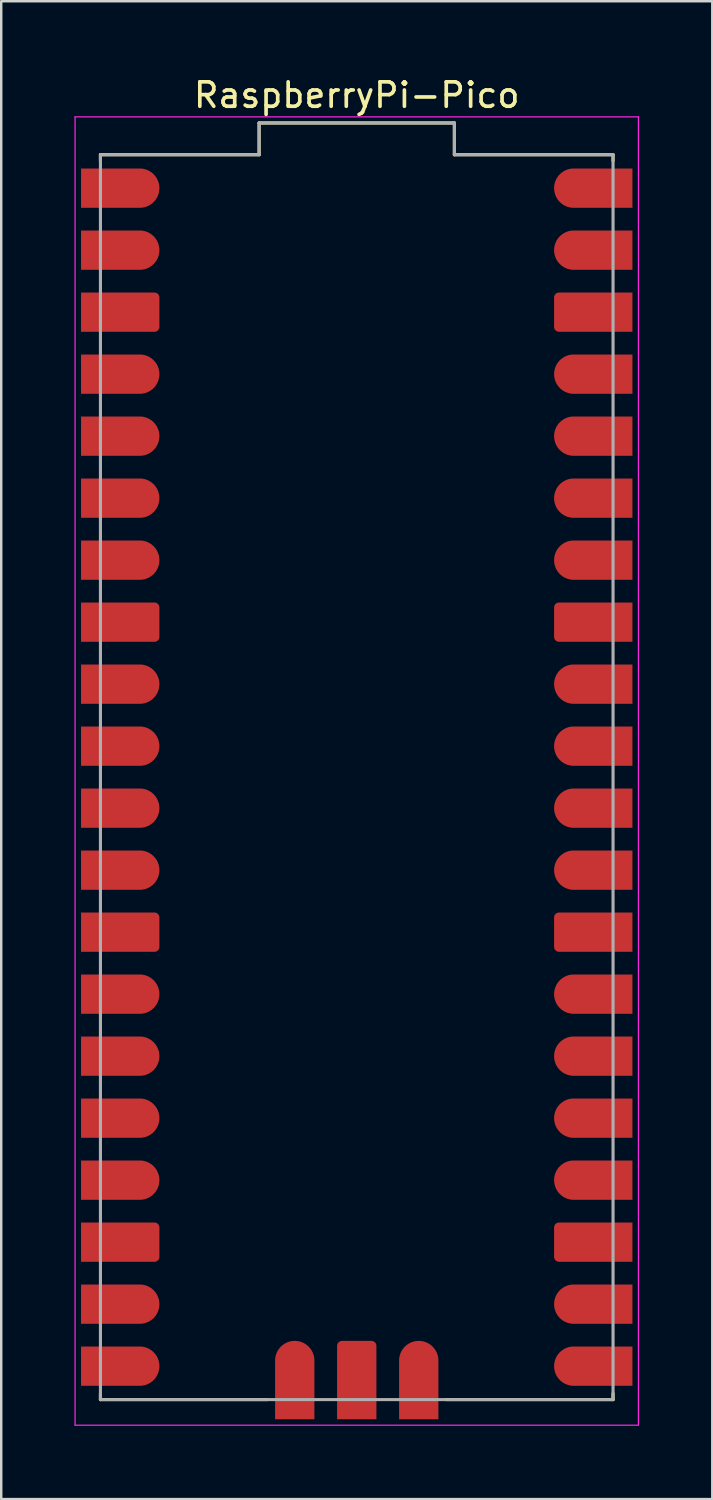
<source format=kicad_pcb>
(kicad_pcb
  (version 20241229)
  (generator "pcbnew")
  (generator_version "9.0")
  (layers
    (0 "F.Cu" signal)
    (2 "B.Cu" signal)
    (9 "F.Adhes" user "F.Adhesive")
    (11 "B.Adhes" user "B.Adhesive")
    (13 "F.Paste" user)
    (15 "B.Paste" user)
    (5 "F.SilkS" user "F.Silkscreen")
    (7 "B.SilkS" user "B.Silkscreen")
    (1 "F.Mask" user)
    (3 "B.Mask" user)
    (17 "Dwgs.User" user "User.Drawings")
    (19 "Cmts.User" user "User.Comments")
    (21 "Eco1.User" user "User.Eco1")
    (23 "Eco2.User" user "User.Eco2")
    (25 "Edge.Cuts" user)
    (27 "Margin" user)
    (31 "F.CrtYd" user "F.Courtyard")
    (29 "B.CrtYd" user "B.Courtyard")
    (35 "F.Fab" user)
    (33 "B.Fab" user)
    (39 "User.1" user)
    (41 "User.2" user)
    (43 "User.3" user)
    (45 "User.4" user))
  (footprint "RaspberryPi-Pico"
    (layer "F.Cu")
    (at 11.565 28.788)
    (property "Reference" "RaspberryPi-Pico" (at 0 -27.94 0) (layer "F.SilkS") (effects (font (size 1 1) (thickness 0.15))))
    (attr smd)
    (fp_line (start -10.5 -25.5) (end -4 -25.5) (stroke (width 0.127) (type solid)) (layer "F.SilkS"))
    (fp_line (start -10.5 -25.25) (end -10.5 -25.5) (stroke (width 0.127) (type solid)) (layer "F.SilkS"))
    (fp_line (start -10.5 25.5) (end -10.5 25.25) (stroke (width 0.127) (type solid)) (layer "F.SilkS"))
    (fp_line (start -4 -26.8) (end 4 -26.8) (stroke (width 0.127) (type solid)) (layer "F.SilkS"))
    (fp_line (start -4 -25.5) (end -4 -26.8) (stroke (width 0.127) (type solid)) (layer "F.SilkS"))
    (fp_line (start -3.66 25.5) (end -10.5 25.5) (stroke (width 0.127) (type solid)) (layer "F.SilkS"))
    (fp_line (start 4 -26.8) (end 4 -25.5) (stroke (width 0.127) (type solid)) (layer "F.SilkS"))
    (fp_line (start 4 -25.5) (end 10.5 -25.5) (stroke (width 0.127) (type solid)) (layer "F.SilkS"))
    (fp_line (start 10.5 -25.5) (end 10.5 -25.25) (stroke (width 0.127) (type solid)) (layer "F.SilkS"))
    (fp_line (start 10.5 25.5) (end 3.66 25.5) (stroke (width 0.127) (type solid)) (layer "F.SilkS"))
    (fp_line (start 10.5 25.5) (end 10.5 25.25) (stroke (width 0.127) (type solid)) (layer "F.SilkS"))
    (fp_line (start -11.54 -27.05) (end -11.54 26.55) (stroke (width 0.05) (type solid)) (layer "F.CrtYd"))
    (fp_line (start -11.54 26.55) (end 11.54 26.55) (stroke (width 0.05) (type solid)) (layer "F.CrtYd"))
    (fp_line (start 11.54 -27.05) (end -11.54 -27.05) (stroke (width 0.05) (type solid)) (layer "F.CrtYd"))
    (fp_line (start 11.54 26.55) (end 11.54 -27.05) (stroke (width 0.05) (type solid)) (layer "F.CrtYd"))
    (fp_line (start -10.5 -25.5) (end -4 -25.5) (stroke (width 0.127) (type solid)) (layer "F.Fab"))
    (fp_line (start -10.5 25.5) (end -10.5 -25.5) (stroke (width 0.127) (type solid)) (layer "F.Fab"))
    (fp_line (start -4 -26.8) (end 4 -26.8) (stroke (width 0.127) (type solid)) (layer "F.Fab"))
    (fp_line (start -4 -25.5) (end -4 -26.8) (stroke (width 0.127) (type solid)) (layer "F.Fab"))
    (fp_line (start 4 -26.8) (end 4 -25.5) (stroke (width 0.127) (type solid)) (layer "F.Fab"))
    (fp_line (start 4 -25.5) (end 10.5 -25.5) (stroke (width 0.127) (type solid)) (layer "F.Fab"))
    (fp_line (start 10.5 -25.5) (end 10.5 25.5) (stroke (width 0.127) (type solid)) (layer "F.Fab"))
    (fp_line (start 10.5 25.5) (end -10.5 25.5) (stroke (width 0.127) (type solid)) (layer "F.Fab"))
    (pad "1" smd custom (at -9.69 -24.13) (size 1 1) (layers "F.Cu" "F.Mask") (options (anchor rect)) (primitives (gr_poly (pts (xy -1.6 0.8) (xy -1.6 -0.8) (xy 0.8 -0.8) (xy 0.842 -0.799) (xy 0.884 -0.796) (xy 0.925 -0.79) (xy 0.966 -0.783) (xy 1.007 -0.773) (xy 1.047 -0.761) (xy 1.087 -0.747) (xy 1.125 -0.731) (xy 1.163 -0.713) (xy 1.2 -0.693) (xy 1.236 -0.671) (xy 1.27 -0.647) (xy 1.303 -0.622) (xy 1.335 -0.595) (xy 1.366 -0.566) (xy 1.395 -0.535) (xy 1.422 -0.503) (xy 1.447 -0.47) (xy 1.471 -0.436) (xy 1.493 -0.4) (xy 1.513 -0.363) (xy 1.531 -0.325) (xy 1.547 -0.287) (xy 1.561 -0.247) (xy 1.573 -0.207) (xy 1.583 -0.166) (xy 1.59 -0.125) (xy 1.596 -0.084) (xy 1.599 -0.042) (xy 1.6 0) (xy 1.599 0.042) (xy 1.596 0.084) (xy 1.59 0.125) (xy 1.583 0.166) (xy 1.573 0.207) (xy 1.561 0.247) (xy 1.547 0.287) (xy 1.531 0.325) (xy 1.513 0.363) (xy 1.493 0.4) (xy 1.471 0.436) (xy 1.447 0.47) (xy 1.422 0.503) (xy 1.395 0.535) (xy 1.366 0.566) (xy 1.335 0.595) (xy 1.303 0.622) (xy 1.27 0.647) (xy 1.236 0.671) (xy 1.2 0.693) (xy 1.163 0.713) (xy 1.125 0.731) (xy 1.087 0.747) (xy 1.047 0.761) (xy 1.007 0.773) (xy 0.966 0.783) (xy 0.925 0.79) (xy 0.884 0.796) (xy 0.842 0.799) (xy 0.8 0.8) (xy -1.6 0.8)) (width 0.01) (fill yes))))
    (pad "2" smd custom (at -9.69 -21.59) (size 1 1) (layers "F.Cu" "F.Mask") (options (anchor rect)) (primitives (gr_poly (pts (xy -1.6 0.8) (xy -1.6 -0.8) (xy 0.8 -0.8) (xy 0.842 -0.799) (xy 0.884 -0.796) (xy 0.925 -0.79) (xy 0.966 -0.783) (xy 1.007 -0.773) (xy 1.047 -0.761) (xy 1.087 -0.747) (xy 1.125 -0.731) (xy 1.163 -0.713) (xy 1.2 -0.693) (xy 1.236 -0.671) (xy 1.27 -0.647) (xy 1.303 -0.622) (xy 1.335 -0.595) (xy 1.366 -0.566) (xy 1.395 -0.535) (xy 1.422 -0.503) (xy 1.447 -0.47) (xy 1.471 -0.436) (xy 1.493 -0.4) (xy 1.513 -0.363) (xy 1.531 -0.325) (xy 1.547 -0.287) (xy 1.561 -0.247) (xy 1.573 -0.207) (xy 1.583 -0.166) (xy 1.59 -0.125) (xy 1.596 -0.084) (xy 1.599 -0.042) (xy 1.6 0) (xy 1.599 0.042) (xy 1.596 0.084) (xy 1.59 0.125) (xy 1.583 0.166) (xy 1.573 0.207) (xy 1.561 0.247) (xy 1.547 0.287) (xy 1.531 0.325) (xy 1.513 0.363) (xy 1.493 0.4) (xy 1.471 0.436) (xy 1.447 0.47) (xy 1.422 0.503) (xy 1.395 0.535) (xy 1.366 0.566) (xy 1.335 0.595) (xy 1.303 0.622) (xy 1.27 0.647) (xy 1.236 0.671) (xy 1.2 0.693) (xy 1.163 0.713) (xy 1.125 0.731) (xy 1.087 0.747) (xy 1.047 0.761) (xy 1.007 0.773) (xy 0.966 0.783) (xy 0.925 0.79) (xy 0.884 0.796) (xy 0.842 0.799) (xy 0.8 0.8) (xy -1.6 0.8)) (width 0.01) (fill yes))))
    (pad "3" smd custom (at -9.69 -19.05) (size 1 1) (layers "F.Cu" "F.Mask") (options (anchor rect)) (primitives (gr_poly (pts (xy -1.6 0.8) (xy -1.6 -0.8) (xy 1.4 -0.8) (xy 1.41 -0.8) (xy 1.421 -0.799) (xy 1.431 -0.798) (xy 1.442 -0.796) (xy 1.452 -0.793) (xy 1.462 -0.79) (xy 1.472 -0.787) (xy 1.481 -0.783) (xy 1.491 -0.778) (xy 1.5 -0.773) (xy 1.509 -0.768) (xy 1.518 -0.762) (xy 1.526 -0.755) (xy 1.534 -0.749) (xy 1.541 -0.741) (xy 1.549 -0.734) (xy 1.555 -0.726) (xy 1.562 -0.718) (xy 1.568 -0.709) (xy 1.573 -0.7) (xy 1.578 -0.691) (xy 1.583 -0.681) (xy 1.587 -0.672) (xy 1.59 -0.662) (xy 1.593 -0.652) (xy 1.596 -0.642) (xy 1.598 -0.631) (xy 1.599 -0.621) (xy 1.6 -0.61) (xy 1.6 -0.6) (xy 1.6 0.6) (xy 1.6 0.61) (xy 1.599 0.621) (xy 1.598 0.631) (xy 1.596 0.642) (xy 1.593 0.652) (xy 1.59 0.662) (xy 1.587 0.672) (xy 1.583 0.681) (xy 1.578 0.691) (xy 1.573 0.7) (xy 1.568 0.709) (xy 1.562 0.718) (xy 1.555 0.726) (xy 1.549 0.734) (xy 1.541 0.741) (xy 1.534 0.749) (xy 1.526 0.755) (xy 1.518 0.762) (xy 1.509 0.768) (xy 1.5 0.773) (xy 1.491 0.778) (xy 1.481 0.783) (xy 1.472 0.787) (xy 1.462 0.79) (xy 1.452 0.793) (xy 1.442 0.796) (xy 1.431 0.798) (xy 1.421 0.799) (xy 1.41 0.8) (xy 1.4 0.8) (xy -1.6 0.8)) (width 0.01) (fill yes))))
    (pad "4" smd custom (at -9.69 -16.51) (size 1 1) (layers "F.Cu" "F.Mask") (options (anchor rect)) (primitives (gr_poly (pts (xy -1.6 0.8) (xy -1.6 -0.8) (xy 0.8 -0.8) (xy 0.842 -0.799) (xy 0.884 -0.796) (xy 0.925 -0.79) (xy 0.966 -0.783) (xy 1.007 -0.773) (xy 1.047 -0.761) (xy 1.087 -0.747) (xy 1.125 -0.731) (xy 1.163 -0.713) (xy 1.2 -0.693) (xy 1.236 -0.671) (xy 1.27 -0.647) (xy 1.303 -0.622) (xy 1.335 -0.595) (xy 1.366 -0.566) (xy 1.395 -0.535) (xy 1.422 -0.503) (xy 1.447 -0.47) (xy 1.471 -0.436) (xy 1.493 -0.4) (xy 1.513 -0.363) (xy 1.531 -0.325) (xy 1.547 -0.287) (xy 1.561 -0.247) (xy 1.573 -0.207) (xy 1.583 -0.166) (xy 1.59 -0.125) (xy 1.596 -0.084) (xy 1.599 -0.042) (xy 1.6 0) (xy 1.599 0.042) (xy 1.596 0.084) (xy 1.59 0.125) (xy 1.583 0.166) (xy 1.573 0.207) (xy 1.561 0.247) (xy 1.547 0.287) (xy 1.531 0.325) (xy 1.513 0.363) (xy 1.493 0.4) (xy 1.471 0.436) (xy 1.447 0.47) (xy 1.422 0.503) (xy 1.395 0.535) (xy 1.366 0.566) (xy 1.335 0.595) (xy 1.303 0.622) (xy 1.27 0.647) (xy 1.236 0.671) (xy 1.2 0.693) (xy 1.163 0.713) (xy 1.125 0.731) (xy 1.087 0.747) (xy 1.047 0.761) (xy 1.007 0.773) (xy 0.966 0.783) (xy 0.925 0.79) (xy 0.884 0.796) (xy 0.842 0.799) (xy 0.8 0.8) (xy -1.6 0.8)) (width 0.01) (fill yes))))
    (pad "5" smd custom (at -9.69 -13.97) (size 1 1) (layers "F.Cu" "F.Mask") (options (anchor rect)) (primitives (gr_poly (pts (xy -1.6 0.8) (xy -1.6 -0.8) (xy 0.8 -0.8) (xy 0.842 -0.799) (xy 0.884 -0.796) (xy 0.925 -0.79) (xy 0.966 -0.783) (xy 1.007 -0.773) (xy 1.047 -0.761) (xy 1.087 -0.747) (xy 1.125 -0.731) (xy 1.163 -0.713) (xy 1.2 -0.693) (xy 1.236 -0.671) (xy 1.27 -0.647) (xy 1.303 -0.622) (xy 1.335 -0.595) (xy 1.366 -0.566) (xy 1.395 -0.535) (xy 1.422 -0.503) (xy 1.447 -0.47) (xy 1.471 -0.436) (xy 1.493 -0.4) (xy 1.513 -0.363) (xy 1.531 -0.325) (xy 1.547 -0.287) (xy 1.561 -0.247) (xy 1.573 -0.207) (xy 1.583 -0.166) (xy 1.59 -0.125) (xy 1.596 -0.084) (xy 1.599 -0.042) (xy 1.6 0) (xy 1.599 0.042) (xy 1.596 0.084) (xy 1.59 0.125) (xy 1.583 0.166) (xy 1.573 0.207) (xy 1.561 0.247) (xy 1.547 0.287) (xy 1.531 0.325) (xy 1.513 0.363) (xy 1.493 0.4) (xy 1.471 0.436) (xy 1.447 0.47) (xy 1.422 0.503) (xy 1.395 0.535) (xy 1.366 0.566) (xy 1.335 0.595) (xy 1.303 0.622) (xy 1.27 0.647) (xy 1.236 0.671) (xy 1.2 0.693) (xy 1.163 0.713) (xy 1.125 0.731) (xy 1.087 0.747) (xy 1.047 0.761) (xy 1.007 0.773) (xy 0.966 0.783) (xy 0.925 0.79) (xy 0.884 0.796) (xy 0.842 0.799) (xy 0.8 0.8) (xy -1.6 0.8)) (width 0.01) (fill yes))))
    (pad "6" smd custom (at -9.69 -11.43) (size 1 1) (layers "F.Cu" "F.Mask") (options (anchor rect)) (primitives (gr_poly (pts (xy -1.6 0.8) (xy -1.6 -0.8) (xy 0.8 -0.8) (xy 0.842 -0.799) (xy 0.884 -0.796) (xy 0.925 -0.79) (xy 0.966 -0.783) (xy 1.007 -0.773) (xy 1.047 -0.761) (xy 1.087 -0.747) (xy 1.125 -0.731) (xy 1.163 -0.713) (xy 1.2 -0.693) (xy 1.236 -0.671) (xy 1.27 -0.647) (xy 1.303 -0.622) (xy 1.335 -0.595) (xy 1.366 -0.566) (xy 1.395 -0.535) (xy 1.422 -0.503) (xy 1.447 -0.47) (xy 1.471 -0.436) (xy 1.493 -0.4) (xy 1.513 -0.363) (xy 1.531 -0.325) (xy 1.547 -0.287) (xy 1.561 -0.247) (xy 1.573 -0.207) (xy 1.583 -0.166) (xy 1.59 -0.125) (xy 1.596 -0.084) (xy 1.599 -0.042) (xy 1.6 0) (xy 1.599 0.042) (xy 1.596 0.084) (xy 1.59 0.125) (xy 1.583 0.166) (xy 1.573 0.207) (xy 1.561 0.247) (xy 1.547 0.287) (xy 1.531 0.325) (xy 1.513 0.363) (xy 1.493 0.4) (xy 1.471 0.436) (xy 1.447 0.47) (xy 1.422 0.503) (xy 1.395 0.535) (xy 1.366 0.566) (xy 1.335 0.595) (xy 1.303 0.622) (xy 1.27 0.647) (xy 1.236 0.671) (xy 1.2 0.693) (xy 1.163 0.713) (xy 1.125 0.731) (xy 1.087 0.747) (xy 1.047 0.761) (xy 1.007 0.773) (xy 0.966 0.783) (xy 0.925 0.79) (xy 0.884 0.796) (xy 0.842 0.799) (xy 0.8 0.8) (xy -1.6 0.8)) (width 0.01) (fill yes))))
    (pad "7" smd custom (at -9.69 -8.89) (size 1 1) (layers "F.Cu" "F.Mask") (options (anchor rect)) (primitives (gr_poly (pts (xy -1.6 0.8) (xy -1.6 -0.8) (xy 0.8 -0.8) (xy 0.842 -0.799) (xy 0.884 -0.796) (xy 0.925 -0.79) (xy 0.966 -0.783) (xy 1.007 -0.773) (xy 1.047 -0.761) (xy 1.087 -0.747) (xy 1.125 -0.731) (xy 1.163 -0.713) (xy 1.2 -0.693) (xy 1.236 -0.671) (xy 1.27 -0.647) (xy 1.303 -0.622) (xy 1.335 -0.595) (xy 1.366 -0.566) (xy 1.395 -0.535) (xy 1.422 -0.503) (xy 1.447 -0.47) (xy 1.471 -0.436) (xy 1.493 -0.4) (xy 1.513 -0.363) (xy 1.531 -0.325) (xy 1.547 -0.287) (xy 1.561 -0.247) (xy 1.573 -0.207) (xy 1.583 -0.166) (xy 1.59 -0.125) (xy 1.596 -0.084) (xy 1.599 -0.042) (xy 1.6 0) (xy 1.599 0.042) (xy 1.596 0.084) (xy 1.59 0.125) (xy 1.583 0.166) (xy 1.573 0.207) (xy 1.561 0.247) (xy 1.547 0.287) (xy 1.531 0.325) (xy 1.513 0.363) (xy 1.493 0.4) (xy 1.471 0.436) (xy 1.447 0.47) (xy 1.422 0.503) (xy 1.395 0.535) (xy 1.366 0.566) (xy 1.335 0.595) (xy 1.303 0.622) (xy 1.27 0.647) (xy 1.236 0.671) (xy 1.2 0.693) (xy 1.163 0.713) (xy 1.125 0.731) (xy 1.087 0.747) (xy 1.047 0.761) (xy 1.007 0.773) (xy 0.966 0.783) (xy 0.925 0.79) (xy 0.884 0.796) (xy 0.842 0.799) (xy 0.8 0.8) (xy -1.6 0.8)) (width 0.01) (fill yes))))
    (pad "8" smd custom (at -9.69 -6.35) (size 1 1) (layers "F.Cu" "F.Mask") (options (anchor rect)) (primitives (gr_poly (pts (xy -1.6 0.8) (xy -1.6 -0.8) (xy 1.4 -0.8) (xy 1.41 -0.8) (xy 1.421 -0.799) (xy 1.431 -0.798) (xy 1.442 -0.796) (xy 1.452 -0.793) (xy 1.462 -0.79) (xy 1.472 -0.787) (xy 1.481 -0.783) (xy 1.491 -0.778) (xy 1.5 -0.773) (xy 1.509 -0.768) (xy 1.518 -0.762) (xy 1.526 -0.755) (xy 1.534 -0.749) (xy 1.541 -0.741) (xy 1.549 -0.734) (xy 1.555 -0.726) (xy 1.562 -0.718) (xy 1.568 -0.709) (xy 1.573 -0.7) (xy 1.578 -0.691) (xy 1.583 -0.681) (xy 1.587 -0.672) (xy 1.59 -0.662) (xy 1.593 -0.652) (xy 1.596 -0.642) (xy 1.598 -0.631) (xy 1.599 -0.621) (xy 1.6 -0.61) (xy 1.6 -0.6) (xy 1.6 0.6) (xy 1.6 0.61) (xy 1.599 0.621) (xy 1.598 0.631) (xy 1.596 0.642) (xy 1.593 0.652) (xy 1.59 0.662) (xy 1.587 0.672) (xy 1.583 0.681) (xy 1.578 0.691) (xy 1.573 0.7) (xy 1.568 0.709) (xy 1.562 0.718) (xy 1.555 0.726) (xy 1.549 0.734) (xy 1.541 0.741) (xy 1.534 0.749) (xy 1.526 0.755) (xy 1.518 0.762) (xy 1.509 0.768) (xy 1.5 0.773) (xy 1.491 0.778) (xy 1.481 0.783) (xy 1.472 0.787) (xy 1.462 0.79) (xy 1.452 0.793) (xy 1.442 0.796) (xy 1.431 0.798) (xy 1.421 0.799) (xy 1.41 0.8) (xy 1.4 0.8) (xy -1.6 0.8)) (width 0.01) (fill yes))))
    (pad "9" smd custom (at -9.69 -3.81) (size 1 1) (layers "F.Cu" "F.Mask") (options (anchor rect)) (primitives (gr_poly (pts (xy -1.6 0.8) (xy -1.6 -0.8) (xy 0.8 -0.8) (xy 0.842 -0.799) (xy 0.884 -0.796) (xy 0.925 -0.79) (xy 0.966 -0.783) (xy 1.007 -0.773) (xy 1.047 -0.761) (xy 1.087 -0.747) (xy 1.125 -0.731) (xy 1.163 -0.713) (xy 1.2 -0.693) (xy 1.236 -0.671) (xy 1.27 -0.647) (xy 1.303 -0.622) (xy 1.335 -0.595) (xy 1.366 -0.566) (xy 1.395 -0.535) (xy 1.422 -0.503) (xy 1.447 -0.47) (xy 1.471 -0.436) (xy 1.493 -0.4) (xy 1.513 -0.363) (xy 1.531 -0.325) (xy 1.547 -0.287) (xy 1.561 -0.247) (xy 1.573 -0.207) (xy 1.583 -0.166) (xy 1.59 -0.125) (xy 1.596 -0.084) (xy 1.599 -0.042) (xy 1.6 0) (xy 1.599 0.042) (xy 1.596 0.084) (xy 1.59 0.125) (xy 1.583 0.166) (xy 1.573 0.207) (xy 1.561 0.247) (xy 1.547 0.287) (xy 1.531 0.325) (xy 1.513 0.363) (xy 1.493 0.4) (xy 1.471 0.436) (xy 1.447 0.47) (xy 1.422 0.503) (xy 1.395 0.535) (xy 1.366 0.566) (xy 1.335 0.595) (xy 1.303 0.622) (xy 1.27 0.647) (xy 1.236 0.671) (xy 1.2 0.693) (xy 1.163 0.713) (xy 1.125 0.731) (xy 1.087 0.747) (xy 1.047 0.761) (xy 1.007 0.773) (xy 0.966 0.783) (xy 0.925 0.79) (xy 0.884 0.796) (xy 0.842 0.799) (xy 0.8 0.8) (xy -1.6 0.8)) (width 0.01) (fill yes))))
    (pad "10" smd custom (at -9.69 -1.27) (size 1 1) (layers "F.Cu" "F.Mask") (options (anchor rect)) (primitives (gr_poly (pts (xy -1.6 0.8) (xy -1.6 -0.8) (xy 0.8 -0.8) (xy 0.842 -0.799) (xy 0.884 -0.796) (xy 0.925 -0.79) (xy 0.966 -0.783) (xy 1.007 -0.773) (xy 1.047 -0.761) (xy 1.087 -0.747) (xy 1.125 -0.731) (xy 1.163 -0.713) (xy 1.2 -0.693) (xy 1.236 -0.671) (xy 1.27 -0.647) (xy 1.303 -0.622) (xy 1.335 -0.595) (xy 1.366 -0.566) (xy 1.395 -0.535) (xy 1.422 -0.503) (xy 1.447 -0.47) (xy 1.471 -0.436) (xy 1.493 -0.4) (xy 1.513 -0.363) (xy 1.531 -0.325) (xy 1.547 -0.287) (xy 1.561 -0.247) (xy 1.573 -0.207) (xy 1.583 -0.166) (xy 1.59 -0.125) (xy 1.596 -0.084) (xy 1.599 -0.042) (xy 1.6 0) (xy 1.599 0.042) (xy 1.596 0.084) (xy 1.59 0.125) (xy 1.583 0.166) (xy 1.573 0.207) (xy 1.561 0.247) (xy 1.547 0.287) (xy 1.531 0.325) (xy 1.513 0.363) (xy 1.493 0.4) (xy 1.471 0.436) (xy 1.447 0.47) (xy 1.422 0.503) (xy 1.395 0.535) (xy 1.366 0.566) (xy 1.335 0.595) (xy 1.303 0.622) (xy 1.27 0.647) (xy 1.236 0.671) (xy 1.2 0.693) (xy 1.163 0.713) (xy 1.125 0.731) (xy 1.087 0.747) (xy 1.047 0.761) (xy 1.007 0.773) (xy 0.966 0.783) (xy 0.925 0.79) (xy 0.884 0.796) (xy 0.842 0.799) (xy 0.8 0.8) (xy -1.6 0.8)) (width 0.01) (fill yes))))
    (pad "11" smd custom (at -9.69 1.27) (size 1 1) (layers "F.Cu" "F.Mask") (options (anchor rect)) (primitives (gr_poly (pts (xy -1.6 0.8) (xy -1.6 -0.8) (xy 0.8 -0.8) (xy 0.842 -0.799) (xy 0.884 -0.796) (xy 0.925 -0.79) (xy 0.966 -0.783) (xy 1.007 -0.773) (xy 1.047 -0.761) (xy 1.087 -0.747) (xy 1.125 -0.731) (xy 1.163 -0.713) (xy 1.2 -0.693) (xy 1.236 -0.671) (xy 1.27 -0.647) (xy 1.303 -0.622) (xy 1.335 -0.595) (xy 1.366 -0.566) (xy 1.395 -0.535) (xy 1.422 -0.503) (xy 1.447 -0.47) (xy 1.471 -0.436) (xy 1.493 -0.4) (xy 1.513 -0.363) (xy 1.531 -0.325) (xy 1.547 -0.287) (xy 1.561 -0.247) (xy 1.573 -0.207) (xy 1.583 -0.166) (xy 1.59 -0.125) (xy 1.596 -0.084) (xy 1.599 -0.042) (xy 1.6 0) (xy 1.599 0.042) (xy 1.596 0.084) (xy 1.59 0.125) (xy 1.583 0.166) (xy 1.573 0.207) (xy 1.561 0.247) (xy 1.547 0.287) (xy 1.531 0.325) (xy 1.513 0.363) (xy 1.493 0.4) (xy 1.471 0.436) (xy 1.447 0.47) (xy 1.422 0.503) (xy 1.395 0.535) (xy 1.366 0.566) (xy 1.335 0.595) (xy 1.303 0.622) (xy 1.27 0.647) (xy 1.236 0.671) (xy 1.2 0.693) (xy 1.163 0.713) (xy 1.125 0.731) (xy 1.087 0.747) (xy 1.047 0.761) (xy 1.007 0.773) (xy 0.966 0.783) (xy 0.925 0.79) (xy 0.884 0.796) (xy 0.842 0.799) (xy 0.8 0.8) (xy -1.6 0.8)) (width 0.01) (fill yes))))
    (pad "12" smd custom (at -9.69 3.81) (size 1 1) (layers "F.Cu" "F.Mask") (options (anchor rect)) (primitives (gr_poly (pts (xy -1.6 0.8) (xy -1.6 -0.8) (xy 0.8 -0.8) (xy 0.842 -0.799) (xy 0.884 -0.796) (xy 0.925 -0.79) (xy 0.966 -0.783) (xy 1.007 -0.773) (xy 1.047 -0.761) (xy 1.087 -0.747) (xy 1.125 -0.731) (xy 1.163 -0.713) (xy 1.2 -0.693) (xy 1.236 -0.671) (xy 1.27 -0.647) (xy 1.303 -0.622) (xy 1.335 -0.595) (xy 1.366 -0.566) (xy 1.395 -0.535) (xy 1.422 -0.503) (xy 1.447 -0.47) (xy 1.471 -0.436) (xy 1.493 -0.4) (xy 1.513 -0.363) (xy 1.531 -0.325) (xy 1.547 -0.287) (xy 1.561 -0.247) (xy 1.573 -0.207) (xy 1.583 -0.166) (xy 1.59 -0.125) (xy 1.596 -0.084) (xy 1.599 -0.042) (xy 1.6 0) (xy 1.599 0.042) (xy 1.596 0.084) (xy 1.59 0.125) (xy 1.583 0.166) (xy 1.573 0.207) (xy 1.561 0.247) (xy 1.547 0.287) (xy 1.531 0.325) (xy 1.513 0.363) (xy 1.493 0.4) (xy 1.471 0.436) (xy 1.447 0.47) (xy 1.422 0.503) (xy 1.395 0.535) (xy 1.366 0.566) (xy 1.335 0.595) (xy 1.303 0.622) (xy 1.27 0.647) (xy 1.236 0.671) (xy 1.2 0.693) (xy 1.163 0.713) (xy 1.125 0.731) (xy 1.087 0.747) (xy 1.047 0.761) (xy 1.007 0.773) (xy 0.966 0.783) (xy 0.925 0.79) (xy 0.884 0.796) (xy 0.842 0.799) (xy 0.8 0.8) (xy -1.6 0.8)) (width 0.01) (fill yes))))
    (pad "13" smd custom (at -9.69 6.35) (size 1 1) (layers "F.Cu" "F.Mask") (options (anchor rect)) (primitives (gr_poly (pts (xy -1.6 0.8) (xy -1.6 -0.8) (xy 1.4 -0.8) (xy 1.41 -0.8) (xy 1.421 -0.799) (xy 1.431 -0.798) (xy 1.442 -0.796) (xy 1.452 -0.793) (xy 1.462 -0.79) (xy 1.472 -0.787) (xy 1.481 -0.783) (xy 1.491 -0.778) (xy 1.5 -0.773) (xy 1.509 -0.768) (xy 1.518 -0.762) (xy 1.526 -0.755) (xy 1.534 -0.749) (xy 1.541 -0.741) (xy 1.549 -0.734) (xy 1.555 -0.726) (xy 1.562 -0.718) (xy 1.568 -0.709) (xy 1.573 -0.7) (xy 1.578 -0.691) (xy 1.583 -0.681) (xy 1.587 -0.672) (xy 1.59 -0.662) (xy 1.593 -0.652) (xy 1.596 -0.642) (xy 1.598 -0.631) (xy 1.599 -0.621) (xy 1.6 -0.61) (xy 1.6 -0.6) (xy 1.6 0.6) (xy 1.6 0.61) (xy 1.599 0.621) (xy 1.598 0.631) (xy 1.596 0.642) (xy 1.593 0.652) (xy 1.59 0.662) (xy 1.587 0.672) (xy 1.583 0.681) (xy 1.578 0.691) (xy 1.573 0.7) (xy 1.568 0.709) (xy 1.562 0.718) (xy 1.555 0.726) (xy 1.549 0.734) (xy 1.541 0.741) (xy 1.534 0.749) (xy 1.526 0.755) (xy 1.518 0.762) (xy 1.509 0.768) (xy 1.5 0.773) (xy 1.491 0.778) (xy 1.481 0.783) (xy 1.472 0.787) (xy 1.462 0.79) (xy 1.452 0.793) (xy 1.442 0.796) (xy 1.431 0.798) (xy 1.421 0.799) (xy 1.41 0.8) (xy 1.4 0.8) (xy -1.6 0.8)) (width 0.01) (fill yes))))
    (pad "14" smd custom (at -9.69 8.89) (size 1 1) (layers "F.Cu" "F.Mask") (options (anchor rect)) (primitives (gr_poly (pts (xy -1.6 0.8) (xy -1.6 -0.8) (xy 0.8 -0.8) (xy 0.842 -0.799) (xy 0.884 -0.796) (xy 0.925 -0.79) (xy 0.966 -0.783) (xy 1.007 -0.773) (xy 1.047 -0.761) (xy 1.087 -0.747) (xy 1.125 -0.731) (xy 1.163 -0.713) (xy 1.2 -0.693) (xy 1.236 -0.671) (xy 1.27 -0.647) (xy 1.303 -0.622) (xy 1.335 -0.595) (xy 1.366 -0.566) (xy 1.395 -0.535) (xy 1.422 -0.503) (xy 1.447 -0.47) (xy 1.471 -0.436) (xy 1.493 -0.4) (xy 1.513 -0.363) (xy 1.531 -0.325) (xy 1.547 -0.287) (xy 1.561 -0.247) (xy 1.573 -0.207) (xy 1.583 -0.166) (xy 1.59 -0.125) (xy 1.596 -0.084) (xy 1.599 -0.042) (xy 1.6 0) (xy 1.599 0.042) (xy 1.596 0.084) (xy 1.59 0.125) (xy 1.583 0.166) (xy 1.573 0.207) (xy 1.561 0.247) (xy 1.547 0.287) (xy 1.531 0.325) (xy 1.513 0.363) (xy 1.493 0.4) (xy 1.471 0.436) (xy 1.447 0.47) (xy 1.422 0.503) (xy 1.395 0.535) (xy 1.366 0.566) (xy 1.335 0.595) (xy 1.303 0.622) (xy 1.27 0.647) (xy 1.236 0.671) (xy 1.2 0.693) (xy 1.163 0.713) (xy 1.125 0.731) (xy 1.087 0.747) (xy 1.047 0.761) (xy 1.007 0.773) (xy 0.966 0.783) (xy 0.925 0.79) (xy 0.884 0.796) (xy 0.842 0.799) (xy 0.8 0.8) (xy -1.6 0.8)) (width 0.01) (fill yes))))
    (pad "15" smd custom (at -9.69 11.43) (size 1 1) (layers "F.Cu" "F.Mask") (options (anchor rect)) (primitives (gr_poly (pts (xy -1.6 0.8) (xy -1.6 -0.8) (xy 0.8 -0.8) (xy 0.842 -0.799) (xy 0.884 -0.796) (xy 0.925 -0.79) (xy 0.966 -0.783) (xy 1.007 -0.773) (xy 1.047 -0.761) (xy 1.087 -0.747) (xy 1.125 -0.731) (xy 1.163 -0.713) (xy 1.2 -0.693) (xy 1.236 -0.671) (xy 1.27 -0.647) (xy 1.303 -0.622) (xy 1.335 -0.595) (xy 1.366 -0.566) (xy 1.395 -0.535) (xy 1.422 -0.503) (xy 1.447 -0.47) (xy 1.471 -0.436) (xy 1.493 -0.4) (xy 1.513 -0.363) (xy 1.531 -0.325) (xy 1.547 -0.287) (xy 1.561 -0.247) (xy 1.573 -0.207) (xy 1.583 -0.166) (xy 1.59 -0.125) (xy 1.596 -0.084) (xy 1.599 -0.042) (xy 1.6 0) (xy 1.599 0.042) (xy 1.596 0.084) (xy 1.59 0.125) (xy 1.583 0.166) (xy 1.573 0.207) (xy 1.561 0.247) (xy 1.547 0.287) (xy 1.531 0.325) (xy 1.513 0.363) (xy 1.493 0.4) (xy 1.471 0.436) (xy 1.447 0.47) (xy 1.422 0.503) (xy 1.395 0.535) (xy 1.366 0.566) (xy 1.335 0.595) (xy 1.303 0.622) (xy 1.27 0.647) (xy 1.236 0.671) (xy 1.2 0.693) (xy 1.163 0.713) (xy 1.125 0.731) (xy 1.087 0.747) (xy 1.047 0.761) (xy 1.007 0.773) (xy 0.966 0.783) (xy 0.925 0.79) (xy 0.884 0.796) (xy 0.842 0.799) (xy 0.8 0.8) (xy -1.6 0.8)) (width 0.01) (fill yes))))
    (pad "16" smd custom (at -9.69 13.97) (size 1 1) (layers "F.Cu" "F.Mask") (options (anchor rect)) (primitives (gr_poly (pts (xy -1.6 0.8) (xy -1.6 -0.8) (xy 0.8 -0.8) (xy 0.842 -0.799) (xy 0.884 -0.796) (xy 0.925 -0.79) (xy 0.966 -0.783) (xy 1.007 -0.773) (xy 1.047 -0.761) (xy 1.087 -0.747) (xy 1.125 -0.731) (xy 1.163 -0.713) (xy 1.2 -0.693) (xy 1.236 -0.671) (xy 1.27 -0.647) (xy 1.303 -0.622) (xy 1.335 -0.595) (xy 1.366 -0.566) (xy 1.395 -0.535) (xy 1.422 -0.503) (xy 1.447 -0.47) (xy 1.471 -0.436) (xy 1.493 -0.4) (xy 1.513 -0.363) (xy 1.531 -0.325) (xy 1.547 -0.287) (xy 1.561 -0.247) (xy 1.573 -0.207) (xy 1.583 -0.166) (xy 1.59 -0.125) (xy 1.596 -0.084) (xy 1.599 -0.042) (xy 1.6 0) (xy 1.599 0.042) (xy 1.596 0.084) (xy 1.59 0.125) (xy 1.583 0.166) (xy 1.573 0.207) (xy 1.561 0.247) (xy 1.547 0.287) (xy 1.531 0.325) (xy 1.513 0.363) (xy 1.493 0.4) (xy 1.471 0.436) (xy 1.447 0.47) (xy 1.422 0.503) (xy 1.395 0.535) (xy 1.366 0.566) (xy 1.335 0.595) (xy 1.303 0.622) (xy 1.27 0.647) (xy 1.236 0.671) (xy 1.2 0.693) (xy 1.163 0.713) (xy 1.125 0.731) (xy 1.087 0.747) (xy 1.047 0.761) (xy 1.007 0.773) (xy 0.966 0.783) (xy 0.925 0.79) (xy 0.884 0.796) (xy 0.842 0.799) (xy 0.8 0.8) (xy -1.6 0.8)) (width 0.01) (fill yes))))
    (pad "17" smd custom (at -9.69 16.51) (size 1 1) (layers "F.Cu" "F.Mask") (options (anchor rect)) (primitives (gr_poly (pts (xy -1.6 0.8) (xy -1.6 -0.8) (xy 0.8 -0.8) (xy 0.842 -0.799) (xy 0.884 -0.796) (xy 0.925 -0.79) (xy 0.966 -0.783) (xy 1.007 -0.773) (xy 1.047 -0.761) (xy 1.087 -0.747) (xy 1.125 -0.731) (xy 1.163 -0.713) (xy 1.2 -0.693) (xy 1.236 -0.671) (xy 1.27 -0.647) (xy 1.303 -0.622) (xy 1.335 -0.595) (xy 1.366 -0.566) (xy 1.395 -0.535) (xy 1.422 -0.503) (xy 1.447 -0.47) (xy 1.471 -0.436) (xy 1.493 -0.4) (xy 1.513 -0.363) (xy 1.531 -0.325) (xy 1.547 -0.287) (xy 1.561 -0.247) (xy 1.573 -0.207) (xy 1.583 -0.166) (xy 1.59 -0.125) (xy 1.596 -0.084) (xy 1.599 -0.042) (xy 1.6 0) (xy 1.599 0.042) (xy 1.596 0.084) (xy 1.59 0.125) (xy 1.583 0.166) (xy 1.573 0.207) (xy 1.561 0.247) (xy 1.547 0.287) (xy 1.531 0.325) (xy 1.513 0.363) (xy 1.493 0.4) (xy 1.471 0.436) (xy 1.447 0.47) (xy 1.422 0.503) (xy 1.395 0.535) (xy 1.366 0.566) (xy 1.335 0.595) (xy 1.303 0.622) (xy 1.27 0.647) (xy 1.236 0.671) (xy 1.2 0.693) (xy 1.163 0.713) (xy 1.125 0.731) (xy 1.087 0.747) (xy 1.047 0.761) (xy 1.007 0.773) (xy 0.966 0.783) (xy 0.925 0.79) (xy 0.884 0.796) (xy 0.842 0.799) (xy 0.8 0.8) (xy -1.6 0.8)) (width 0.01) (fill yes))))
    (pad "18" smd custom (at -9.69 19.05) (size 1 1) (layers "F.Cu" "F.Mask") (options (anchor rect)) (primitives (gr_poly (pts (xy -1.6 0.8) (xy -1.6 -0.8) (xy 1.4 -0.8) (xy 1.41 -0.8) (xy 1.421 -0.799) (xy 1.431 -0.798) (xy 1.442 -0.796) (xy 1.452 -0.793) (xy 1.462 -0.79) (xy 1.472 -0.787) (xy 1.481 -0.783) (xy 1.491 -0.778) (xy 1.5 -0.773) (xy 1.509 -0.768) (xy 1.518 -0.762) (xy 1.526 -0.755) (xy 1.534 -0.749) (xy 1.541 -0.741) (xy 1.549 -0.734) (xy 1.555 -0.726) (xy 1.562 -0.718) (xy 1.568 -0.709) (xy 1.573 -0.7) (xy 1.578 -0.691) (xy 1.583 -0.681) (xy 1.587 -0.672) (xy 1.59 -0.662) (xy 1.593 -0.652) (xy 1.596 -0.642) (xy 1.598 -0.631) (xy 1.599 -0.621) (xy 1.6 -0.61) (xy 1.6 -0.6) (xy 1.6 0.6) (xy 1.6 0.61) (xy 1.599 0.621) (xy 1.598 0.631) (xy 1.596 0.642) (xy 1.593 0.652) (xy 1.59 0.662) (xy 1.587 0.672) (xy 1.583 0.681) (xy 1.578 0.691) (xy 1.573 0.7) (xy 1.568 0.709) (xy 1.562 0.718) (xy 1.555 0.726) (xy 1.549 0.734) (xy 1.541 0.741) (xy 1.534 0.749) (xy 1.526 0.755) (xy 1.518 0.762) (xy 1.509 0.768) (xy 1.5 0.773) (xy 1.491 0.778) (xy 1.481 0.783) (xy 1.472 0.787) (xy 1.462 0.79) (xy 1.452 0.793) (xy 1.442 0.796) (xy 1.431 0.798) (xy 1.421 0.799) (xy 1.41 0.8) (xy 1.4 0.8) (xy -1.6 0.8)) (width 0.01) (fill yes))))
    (pad "19" smd custom (at -9.69 21.59) (size 1 1) (layers "F.Cu" "F.Mask") (options (anchor rect)) (primitives (gr_poly (pts (xy -1.6 0.8) (xy -1.6 -0.8) (xy 0.8 -0.8) (xy 0.842 -0.799) (xy 0.884 -0.796) (xy 0.925 -0.79) (xy 0.966 -0.783) (xy 1.007 -0.773) (xy 1.047 -0.761) (xy 1.087 -0.747) (xy 1.125 -0.731) (xy 1.163 -0.713) (xy 1.2 -0.693) (xy 1.236 -0.671) (xy 1.27 -0.647) (xy 1.303 -0.622) (xy 1.335 -0.595) (xy 1.366 -0.566) (xy 1.395 -0.535) (xy 1.422 -0.503) (xy 1.447 -0.47) (xy 1.471 -0.436) (xy 1.493 -0.4) (xy 1.513 -0.363) (xy 1.531 -0.325) (xy 1.547 -0.287) (xy 1.561 -0.247) (xy 1.573 -0.207) (xy 1.583 -0.166) (xy 1.59 -0.125) (xy 1.596 -0.084) (xy 1.599 -0.042) (xy 1.6 0) (xy 1.599 0.042) (xy 1.596 0.084) (xy 1.59 0.125) (xy 1.583 0.166) (xy 1.573 0.207) (xy 1.561 0.247) (xy 1.547 0.287) (xy 1.531 0.325) (xy 1.513 0.363) (xy 1.493 0.4) (xy 1.471 0.436) (xy 1.447 0.47) (xy 1.422 0.503) (xy 1.395 0.535) (xy 1.366 0.566) (xy 1.335 0.595) (xy 1.303 0.622) (xy 1.27 0.647) (xy 1.236 0.671) (xy 1.2 0.693) (xy 1.163 0.713) (xy 1.125 0.731) (xy 1.087 0.747) (xy 1.047 0.761) (xy 1.007 0.773) (xy 0.966 0.783) (xy 0.925 0.79) (xy 0.884 0.796) (xy 0.842 0.799) (xy 0.8 0.8) (xy -1.6 0.8)) (width 0.01) (fill yes))))
    (pad "20" smd custom (at -9.69 24.13) (size 1 1) (layers "F.Cu" "F.Mask") (options (anchor rect)) (primitives (gr_poly (pts (xy -1.6 0.8) (xy -1.6 -0.8) (xy 0.8 -0.8) (xy 0.842 -0.799) (xy 0.884 -0.796) (xy 0.925 -0.79) (xy 0.966 -0.783) (xy 1.007 -0.773) (xy 1.047 -0.761) (xy 1.087 -0.747) (xy 1.125 -0.731) (xy 1.163 -0.713) (xy 1.2 -0.693) (xy 1.236 -0.671) (xy 1.27 -0.647) (xy 1.303 -0.622) (xy 1.335 -0.595) (xy 1.366 -0.566) (xy 1.395 -0.535) (xy 1.422 -0.503) (xy 1.447 -0.47) (xy 1.471 -0.436) (xy 1.493 -0.4) (xy 1.513 -0.363) (xy 1.531 -0.325) (xy 1.547 -0.287) (xy 1.561 -0.247) (xy 1.573 -0.207) (xy 1.583 -0.166) (xy 1.59 -0.125) (xy 1.596 -0.084) (xy 1.599 -0.042) (xy 1.6 0) (xy 1.599 0.042) (xy 1.596 0.084) (xy 1.59 0.125) (xy 1.583 0.166) (xy 1.573 0.207) (xy 1.561 0.247) (xy 1.547 0.287) (xy 1.531 0.325) (xy 1.513 0.363) (xy 1.493 0.4) (xy 1.471 0.436) (xy 1.447 0.47) (xy 1.422 0.503) (xy 1.395 0.535) (xy 1.366 0.566) (xy 1.335 0.595) (xy 1.303 0.622) (xy 1.27 0.647) (xy 1.236 0.671) (xy 1.2 0.693) (xy 1.163 0.713) (xy 1.125 0.731) (xy 1.087 0.747) (xy 1.047 0.761) (xy 1.007 0.773) (xy 0.966 0.783) (xy 0.925 0.79) (xy 0.884 0.796) (xy 0.842 0.799) (xy 0.8 0.8) (xy -1.6 0.8)) (width 0.01) (fill yes))))
    (pad "21" smd custom (at 9.69 24.13) (size 1 1) (layers "F.Cu" "F.Mask") (options (anchor rect)) (primitives (gr_poly (pts (xy 1.6 0.8) (xy 1.6 -0.8) (xy -0.8 -0.8) (xy -0.842 -0.799) (xy -0.884 -0.796) (xy -0.925 -0.79) (xy -0.966 -0.783) (xy -1.007 -0.773) (xy -1.047 -0.761) (xy -1.087 -0.747) (xy -1.125 -0.731) (xy -1.163 -0.713) (xy -1.2 -0.693) (xy -1.236 -0.671) (xy -1.27 -0.647) (xy -1.303 -0.622) (xy -1.335 -0.595) (xy -1.366 -0.566) (xy -1.395 -0.535) (xy -1.422 -0.503) (xy -1.447 -0.47) (xy -1.471 -0.436) (xy -1.493 -0.4) (xy -1.513 -0.363) (xy -1.531 -0.325) (xy -1.547 -0.287) (xy -1.561 -0.247) (xy -1.573 -0.207) (xy -1.583 -0.166) (xy -1.59 -0.125) (xy -1.596 -0.084) (xy -1.599 -0.042) (xy -1.6 0) (xy -1.599 0.042) (xy -1.596 0.084) (xy -1.59 0.125) (xy -1.583 0.166) (xy -1.573 0.207) (xy -1.561 0.247) (xy -1.547 0.287) (xy -1.531 0.325) (xy -1.513 0.363) (xy -1.493 0.4) (xy -1.471 0.436) (xy -1.447 0.47) (xy -1.422 0.503) (xy -1.395 0.535) (xy -1.366 0.566) (xy -1.335 0.595) (xy -1.303 0.622) (xy -1.27 0.647) (xy -1.236 0.671) (xy -1.2 0.693) (xy -1.163 0.713) (xy -1.125 0.731) (xy -1.087 0.747) (xy -1.047 0.761) (xy -1.007 0.773) (xy -0.966 0.783) (xy -0.925 0.79) (xy -0.884 0.796) (xy -0.842 0.799) (xy -0.8 0.8) (xy 1.6 0.8)) (width 0.01) (fill yes))))
    (pad "22" smd custom (at 9.69 21.59) (size 1 1) (layers "F.Cu" "F.Mask") (options (anchor rect)) (primitives (gr_poly (pts (xy 1.6 0.8) (xy 1.6 -0.8) (xy -0.8 -0.8) (xy -0.842 -0.799) (xy -0.884 -0.796) (xy -0.925 -0.79) (xy -0.966 -0.783) (xy -1.007 -0.773) (xy -1.047 -0.761) (xy -1.087 -0.747) (xy -1.125 -0.731) (xy -1.163 -0.713) (xy -1.2 -0.693) (xy -1.236 -0.671) (xy -1.27 -0.647) (xy -1.303 -0.622) (xy -1.335 -0.595) (xy -1.366 -0.566) (xy -1.395 -0.535) (xy -1.422 -0.503) (xy -1.447 -0.47) (xy -1.471 -0.436) (xy -1.493 -0.4) (xy -1.513 -0.363) (xy -1.531 -0.325) (xy -1.547 -0.287) (xy -1.561 -0.247) (xy -1.573 -0.207) (xy -1.583 -0.166) (xy -1.59 -0.125) (xy -1.596 -0.084) (xy -1.599 -0.042) (xy -1.6 0) (xy -1.599 0.042) (xy -1.596 0.084) (xy -1.59 0.125) (xy -1.583 0.166) (xy -1.573 0.207) (xy -1.561 0.247) (xy -1.547 0.287) (xy -1.531 0.325) (xy -1.513 0.363) (xy -1.493 0.4) (xy -1.471 0.436) (xy -1.447 0.47) (xy -1.422 0.503) (xy -1.395 0.535) (xy -1.366 0.566) (xy -1.335 0.595) (xy -1.303 0.622) (xy -1.27 0.647) (xy -1.236 0.671) (xy -1.2 0.693) (xy -1.163 0.713) (xy -1.125 0.731) (xy -1.087 0.747) (xy -1.047 0.761) (xy -1.007 0.773) (xy -0.966 0.783) (xy -0.925 0.79) (xy -0.884 0.796) (xy -0.842 0.799) (xy -0.8 0.8) (xy 1.6 0.8)) (width 0.01) (fill yes))))
    (pad "23" smd custom (at 9.69 19.05) (size 1 1) (layers "F.Cu" "F.Mask") (options (anchor rect)) (primitives (gr_poly (pts (xy 1.6 0.8) (xy 1.6 -0.8) (xy -1.4 -0.8) (xy -1.41 -0.8) (xy -1.421 -0.799) (xy -1.431 -0.798) (xy -1.442 -0.796) (xy -1.452 -0.793) (xy -1.462 -0.79) (xy -1.472 -0.787) (xy -1.481 -0.783) (xy -1.491 -0.778) (xy -1.5 -0.773) (xy -1.509 -0.768) (xy -1.518 -0.762) (xy -1.526 -0.755) (xy -1.534 -0.749) (xy -1.541 -0.741) (xy -1.549 -0.734) (xy -1.555 -0.726) (xy -1.562 -0.718) (xy -1.568 -0.709) (xy -1.573 -0.7) (xy -1.578 -0.691) (xy -1.583 -0.681) (xy -1.587 -0.672) (xy -1.59 -0.662) (xy -1.593 -0.652) (xy -1.596 -0.642) (xy -1.598 -0.631) (xy -1.599 -0.621) (xy -1.6 -0.61) (xy -1.6 -0.6) (xy -1.6 0.6) (xy -1.6 0.61) (xy -1.599 0.621) (xy -1.598 0.631) (xy -1.596 0.642) (xy -1.593 0.652) (xy -1.59 0.662) (xy -1.587 0.672) (xy -1.583 0.681) (xy -1.578 0.691) (xy -1.573 0.7) (xy -1.568 0.709) (xy -1.562 0.718) (xy -1.555 0.726) (xy -1.549 0.734) (xy -1.541 0.741) (xy -1.534 0.749) (xy -1.526 0.755) (xy -1.518 0.762) (xy -1.509 0.768) (xy -1.5 0.773) (xy -1.491 0.778) (xy -1.481 0.783) (xy -1.472 0.787) (xy -1.462 0.79) (xy -1.452 0.793) (xy -1.442 0.796) (xy -1.431 0.798) (xy -1.421 0.799) (xy -1.41 0.8) (xy -1.4 0.8) (xy 1.6 0.8)) (width 0.01) (fill yes))))
    (pad "24" smd custom (at 9.69 16.51) (size 1 1) (layers "F.Cu" "F.Mask") (options (anchor rect)) (primitives (gr_poly (pts (xy 1.6 0.8) (xy 1.6 -0.8) (xy -0.8 -0.8) (xy -0.842 -0.799) (xy -0.884 -0.796) (xy -0.925 -0.79) (xy -0.966 -0.783) (xy -1.007 -0.773) (xy -1.047 -0.761) (xy -1.087 -0.747) (xy -1.125 -0.731) (xy -1.163 -0.713) (xy -1.2 -0.693) (xy -1.236 -0.671) (xy -1.27 -0.647) (xy -1.303 -0.622) (xy -1.335 -0.595) (xy -1.366 -0.566) (xy -1.395 -0.535) (xy -1.422 -0.503) (xy -1.447 -0.47) (xy -1.471 -0.436) (xy -1.493 -0.4) (xy -1.513 -0.363) (xy -1.531 -0.325) (xy -1.547 -0.287) (xy -1.561 -0.247) (xy -1.573 -0.207) (xy -1.583 -0.166) (xy -1.59 -0.125) (xy -1.596 -0.084) (xy -1.599 -0.042) (xy -1.6 0) (xy -1.599 0.042) (xy -1.596 0.084) (xy -1.59 0.125) (xy -1.583 0.166) (xy -1.573 0.207) (xy -1.561 0.247) (xy -1.547 0.287) (xy -1.531 0.325) (xy -1.513 0.363) (xy -1.493 0.4) (xy -1.471 0.436) (xy -1.447 0.47) (xy -1.422 0.503) (xy -1.395 0.535) (xy -1.366 0.566) (xy -1.335 0.595) (xy -1.303 0.622) (xy -1.27 0.647) (xy -1.236 0.671) (xy -1.2 0.693) (xy -1.163 0.713) (xy -1.125 0.731) (xy -1.087 0.747) (xy -1.047 0.761) (xy -1.007 0.773) (xy -0.966 0.783) (xy -0.925 0.79) (xy -0.884 0.796) (xy -0.842 0.799) (xy -0.8 0.8) (xy 1.6 0.8)) (width 0.01) (fill yes))))
    (pad "25" smd custom (at 9.69 13.97) (size 1 1) (layers "F.Cu" "F.Mask") (options (anchor rect)) (primitives (gr_poly (pts (xy 1.6 0.8) (xy 1.6 -0.8) (xy -0.8 -0.8) (xy -0.842 -0.799) (xy -0.884 -0.796) (xy -0.925 -0.79) (xy -0.966 -0.783) (xy -1.007 -0.773) (xy -1.047 -0.761) (xy -1.087 -0.747) (xy -1.125 -0.731) (xy -1.163 -0.713) (xy -1.2 -0.693) (xy -1.236 -0.671) (xy -1.27 -0.647) (xy -1.303 -0.622) (xy -1.335 -0.595) (xy -1.366 -0.566) (xy -1.395 -0.535) (xy -1.422 -0.503) (xy -1.447 -0.47) (xy -1.471 -0.436) (xy -1.493 -0.4) (xy -1.513 -0.363) (xy -1.531 -0.325) (xy -1.547 -0.287) (xy -1.561 -0.247) (xy -1.573 -0.207) (xy -1.583 -0.166) (xy -1.59 -0.125) (xy -1.596 -0.084) (xy -1.599 -0.042) (xy -1.6 0) (xy -1.599 0.042) (xy -1.596 0.084) (xy -1.59 0.125) (xy -1.583 0.166) (xy -1.573 0.207) (xy -1.561 0.247) (xy -1.547 0.287) (xy -1.531 0.325) (xy -1.513 0.363) (xy -1.493 0.4) (xy -1.471 0.436) (xy -1.447 0.47) (xy -1.422 0.503) (xy -1.395 0.535) (xy -1.366 0.566) (xy -1.335 0.595) (xy -1.303 0.622) (xy -1.27 0.647) (xy -1.236 0.671) (xy -1.2 0.693) (xy -1.163 0.713) (xy -1.125 0.731) (xy -1.087 0.747) (xy -1.047 0.761) (xy -1.007 0.773) (xy -0.966 0.783) (xy -0.925 0.79) (xy -0.884 0.796) (xy -0.842 0.799) (xy -0.8 0.8) (xy 1.6 0.8)) (width 0.01) (fill yes))))
    (pad "26" smd custom (at 9.69 11.43) (size 1 1) (layers "F.Cu" "F.Mask") (options (anchor rect)) (primitives (gr_poly (pts (xy 1.6 0.8) (xy 1.6 -0.8) (xy -0.8 -0.8) (xy -0.842 -0.799) (xy -0.884 -0.796) (xy -0.925 -0.79) (xy -0.966 -0.783) (xy -1.007 -0.773) (xy -1.047 -0.761) (xy -1.087 -0.747) (xy -1.125 -0.731) (xy -1.163 -0.713) (xy -1.2 -0.693) (xy -1.236 -0.671) (xy -1.27 -0.647) (xy -1.303 -0.622) (xy -1.335 -0.595) (xy -1.366 -0.566) (xy -1.395 -0.535) (xy -1.422 -0.503) (xy -1.447 -0.47) (xy -1.471 -0.436) (xy -1.493 -0.4) (xy -1.513 -0.363) (xy -1.531 -0.325) (xy -1.547 -0.287) (xy -1.561 -0.247) (xy -1.573 -0.207) (xy -1.583 -0.166) (xy -1.59 -0.125) (xy -1.596 -0.084) (xy -1.599 -0.042) (xy -1.6 0) (xy -1.599 0.042) (xy -1.596 0.084) (xy -1.59 0.125) (xy -1.583 0.166) (xy -1.573 0.207) (xy -1.561 0.247) (xy -1.547 0.287) (xy -1.531 0.325) (xy -1.513 0.363) (xy -1.493 0.4) (xy -1.471 0.436) (xy -1.447 0.47) (xy -1.422 0.503) (xy -1.395 0.535) (xy -1.366 0.566) (xy -1.335 0.595) (xy -1.303 0.622) (xy -1.27 0.647) (xy -1.236 0.671) (xy -1.2 0.693) (xy -1.163 0.713) (xy -1.125 0.731) (xy -1.087 0.747) (xy -1.047 0.761) (xy -1.007 0.773) (xy -0.966 0.783) (xy -0.925 0.79) (xy -0.884 0.796) (xy -0.842 0.799) (xy -0.8 0.8) (xy 1.6 0.8)) (width 0.01) (fill yes))))
    (pad "27" smd custom (at 9.69 8.89) (size 1 1) (layers "F.Cu" "F.Mask") (options (anchor rect)) (primitives (gr_poly (pts (xy 1.6 0.8) (xy 1.6 -0.8) (xy -0.8 -0.8) (xy -0.842 -0.799) (xy -0.884 -0.796) (xy -0.925 -0.79) (xy -0.966 -0.783) (xy -1.007 -0.773) (xy -1.047 -0.761) (xy -1.087 -0.747) (xy -1.125 -0.731) (xy -1.163 -0.713) (xy -1.2 -0.693) (xy -1.236 -0.671) (xy -1.27 -0.647) (xy -1.303 -0.622) (xy -1.335 -0.595) (xy -1.366 -0.566) (xy -1.395 -0.535) (xy -1.422 -0.503) (xy -1.447 -0.47) (xy -1.471 -0.436) (xy -1.493 -0.4) (xy -1.513 -0.363) (xy -1.531 -0.325) (xy -1.547 -0.287) (xy -1.561 -0.247) (xy -1.573 -0.207) (xy -1.583 -0.166) (xy -1.59 -0.125) (xy -1.596 -0.084) (xy -1.599 -0.042) (xy -1.6 0) (xy -1.599 0.042) (xy -1.596 0.084) (xy -1.59 0.125) (xy -1.583 0.166) (xy -1.573 0.207) (xy -1.561 0.247) (xy -1.547 0.287) (xy -1.531 0.325) (xy -1.513 0.363) (xy -1.493 0.4) (xy -1.471 0.436) (xy -1.447 0.47) (xy -1.422 0.503) (xy -1.395 0.535) (xy -1.366 0.566) (xy -1.335 0.595) (xy -1.303 0.622) (xy -1.27 0.647) (xy -1.236 0.671) (xy -1.2 0.693) (xy -1.163 0.713) (xy -1.125 0.731) (xy -1.087 0.747) (xy -1.047 0.761) (xy -1.007 0.773) (xy -0.966 0.783) (xy -0.925 0.79) (xy -0.884 0.796) (xy -0.842 0.799) (xy -0.8 0.8) (xy 1.6 0.8)) (width 0.01) (fill yes))))
    (pad "28" smd custom (at 9.69 6.35) (size 1 1) (layers "F.Cu" "F.Mask") (options (anchor rect)) (primitives (gr_poly (pts (xy 1.6 0.8) (xy 1.6 -0.8) (xy -1.4 -0.8) (xy -1.41 -0.8) (xy -1.421 -0.799) (xy -1.431 -0.798) (xy -1.442 -0.796) (xy -1.452 -0.793) (xy -1.462 -0.79) (xy -1.472 -0.787) (xy -1.481 -0.783) (xy -1.491 -0.778) (xy -1.5 -0.773) (xy -1.509 -0.768) (xy -1.518 -0.762) (xy -1.526 -0.755) (xy -1.534 -0.749) (xy -1.541 -0.741) (xy -1.549 -0.734) (xy -1.555 -0.726) (xy -1.562 -0.718) (xy -1.568 -0.709) (xy -1.573 -0.7) (xy -1.578 -0.691) (xy -1.583 -0.681) (xy -1.587 -0.672) (xy -1.59 -0.662) (xy -1.593 -0.652) (xy -1.596 -0.642) (xy -1.598 -0.631) (xy -1.599 -0.621) (xy -1.6 -0.61) (xy -1.6 -0.6) (xy -1.6 0.6) (xy -1.6 0.61) (xy -1.599 0.621) (xy -1.598 0.631) (xy -1.596 0.642) (xy -1.593 0.652) (xy -1.59 0.662) (xy -1.587 0.672) (xy -1.583 0.681) (xy -1.578 0.691) (xy -1.573 0.7) (xy -1.568 0.709) (xy -1.562 0.718) (xy -1.555 0.726) (xy -1.549 0.734) (xy -1.541 0.741) (xy -1.534 0.749) (xy -1.526 0.755) (xy -1.518 0.762) (xy -1.509 0.768) (xy -1.5 0.773) (xy -1.491 0.778) (xy -1.481 0.783) (xy -1.472 0.787) (xy -1.462 0.79) (xy -1.452 0.793) (xy -1.442 0.796) (xy -1.431 0.798) (xy -1.421 0.799) (xy -1.41 0.8) (xy -1.4 0.8) (xy 1.6 0.8)) (width 0.01) (fill yes))))
    (pad "29" smd custom (at 9.69 3.81) (size 1 1) (layers "F.Cu" "F.Mask") (options (anchor rect)) (primitives (gr_poly (pts (xy 1.6 0.8) (xy 1.6 -0.8) (xy -0.8 -0.8) (xy -0.842 -0.799) (xy -0.884 -0.796) (xy -0.925 -0.79) (xy -0.966 -0.783) (xy -1.007 -0.773) (xy -1.047 -0.761) (xy -1.087 -0.747) (xy -1.125 -0.731) (xy -1.163 -0.713) (xy -1.2 -0.693) (xy -1.236 -0.671) (xy -1.27 -0.647) (xy -1.303 -0.622) (xy -1.335 -0.595) (xy -1.366 -0.566) (xy -1.395 -0.535) (xy -1.422 -0.503) (xy -1.447 -0.47) (xy -1.471 -0.436) (xy -1.493 -0.4) (xy -1.513 -0.363) (xy -1.531 -0.325) (xy -1.547 -0.287) (xy -1.561 -0.247) (xy -1.573 -0.207) (xy -1.583 -0.166) (xy -1.59 -0.125) (xy -1.596 -0.084) (xy -1.599 -0.042) (xy -1.6 0) (xy -1.599 0.042) (xy -1.596 0.084) (xy -1.59 0.125) (xy -1.583 0.166) (xy -1.573 0.207) (xy -1.561 0.247) (xy -1.547 0.287) (xy -1.531 0.325) (xy -1.513 0.363) (xy -1.493 0.4) (xy -1.471 0.436) (xy -1.447 0.47) (xy -1.422 0.503) (xy -1.395 0.535) (xy -1.366 0.566) (xy -1.335 0.595) (xy -1.303 0.622) (xy -1.27 0.647) (xy -1.236 0.671) (xy -1.2 0.693) (xy -1.163 0.713) (xy -1.125 0.731) (xy -1.087 0.747) (xy -1.047 0.761) (xy -1.007 0.773) (xy -0.966 0.783) (xy -0.925 0.79) (xy -0.884 0.796) (xy -0.842 0.799) (xy -0.8 0.8) (xy 1.6 0.8)) (width 0.01) (fill yes))))
    (pad "30" smd custom (at 9.69 1.27) (size 1 1) (layers "F.Cu" "F.Mask") (options (anchor rect)) (primitives (gr_poly (pts (xy 1.6 0.8) (xy 1.6 -0.8) (xy -0.8 -0.8) (xy -0.842 -0.799) (xy -0.884 -0.796) (xy -0.925 -0.79) (xy -0.966 -0.783) (xy -1.007 -0.773) (xy -1.047 -0.761) (xy -1.087 -0.747) (xy -1.125 -0.731) (xy -1.163 -0.713) (xy -1.2 -0.693) (xy -1.236 -0.671) (xy -1.27 -0.647) (xy -1.303 -0.622) (xy -1.335 -0.595) (xy -1.366 -0.566) (xy -1.395 -0.535) (xy -1.422 -0.503) (xy -1.447 -0.47) (xy -1.471 -0.436) (xy -1.493 -0.4) (xy -1.513 -0.363) (xy -1.531 -0.325) (xy -1.547 -0.287) (xy -1.561 -0.247) (xy -1.573 -0.207) (xy -1.583 -0.166) (xy -1.59 -0.125) (xy -1.596 -0.084) (xy -1.599 -0.042) (xy -1.6 0) (xy -1.599 0.042) (xy -1.596 0.084) (xy -1.59 0.125) (xy -1.583 0.166) (xy -1.573 0.207) (xy -1.561 0.247) (xy -1.547 0.287) (xy -1.531 0.325) (xy -1.513 0.363) (xy -1.493 0.4) (xy -1.471 0.436) (xy -1.447 0.47) (xy -1.422 0.503) (xy -1.395 0.535) (xy -1.366 0.566) (xy -1.335 0.595) (xy -1.303 0.622) (xy -1.27 0.647) (xy -1.236 0.671) (xy -1.2 0.693) (xy -1.163 0.713) (xy -1.125 0.731) (xy -1.087 0.747) (xy -1.047 0.761) (xy -1.007 0.773) (xy -0.966 0.783) (xy -0.925 0.79) (xy -0.884 0.796) (xy -0.842 0.799) (xy -0.8 0.8) (xy 1.6 0.8)) (width 0.01) (fill yes))))
    (pad "31" smd custom (at 9.69 -1.27) (size 1 1) (layers "F.Cu" "F.Mask") (options (anchor rect)) (primitives (gr_poly (pts (xy 1.6 0.8) (xy 1.6 -0.8) (xy -0.8 -0.8) (xy -0.842 -0.799) (xy -0.884 -0.796) (xy -0.925 -0.79) (xy -0.966 -0.783) (xy -1.007 -0.773) (xy -1.047 -0.761) (xy -1.087 -0.747) (xy -1.125 -0.731) (xy -1.163 -0.713) (xy -1.2 -0.693) (xy -1.236 -0.671) (xy -1.27 -0.647) (xy -1.303 -0.622) (xy -1.335 -0.595) (xy -1.366 -0.566) (xy -1.395 -0.535) (xy -1.422 -0.503) (xy -1.447 -0.47) (xy -1.471 -0.436) (xy -1.493 -0.4) (xy -1.513 -0.363) (xy -1.531 -0.325) (xy -1.547 -0.287) (xy -1.561 -0.247) (xy -1.573 -0.207) (xy -1.583 -0.166) (xy -1.59 -0.125) (xy -1.596 -0.084) (xy -1.599 -0.042) (xy -1.6 0) (xy -1.599 0.042) (xy -1.596 0.084) (xy -1.59 0.125) (xy -1.583 0.166) (xy -1.573 0.207) (xy -1.561 0.247) (xy -1.547 0.287) (xy -1.531 0.325) (xy -1.513 0.363) (xy -1.493 0.4) (xy -1.471 0.436) (xy -1.447 0.47) (xy -1.422 0.503) (xy -1.395 0.535) (xy -1.366 0.566) (xy -1.335 0.595) (xy -1.303 0.622) (xy -1.27 0.647) (xy -1.236 0.671) (xy -1.2 0.693) (xy -1.163 0.713) (xy -1.125 0.731) (xy -1.087 0.747) (xy -1.047 0.761) (xy -1.007 0.773) (xy -0.966 0.783) (xy -0.925 0.79) (xy -0.884 0.796) (xy -0.842 0.799) (xy -0.8 0.8) (xy 1.6 0.8)) (width 0.01) (fill yes))))
    (pad "32" smd custom (at 9.69 -3.81) (size 1 1) (layers "F.Cu" "F.Mask") (options (anchor rect)) (primitives (gr_poly (pts (xy 1.6 0.8) (xy 1.6 -0.8) (xy -0.8 -0.8) (xy -0.842 -0.799) (xy -0.884 -0.796) (xy -0.925 -0.79) (xy -0.966 -0.783) (xy -1.007 -0.773) (xy -1.047 -0.761) (xy -1.087 -0.747) (xy -1.125 -0.731) (xy -1.163 -0.713) (xy -1.2 -0.693) (xy -1.236 -0.671) (xy -1.27 -0.647) (xy -1.303 -0.622) (xy -1.335 -0.595) (xy -1.366 -0.566) (xy -1.395 -0.535) (xy -1.422 -0.503) (xy -1.447 -0.47) (xy -1.471 -0.436) (xy -1.493 -0.4) (xy -1.513 -0.363) (xy -1.531 -0.325) (xy -1.547 -0.287) (xy -1.561 -0.247) (xy -1.573 -0.207) (xy -1.583 -0.166) (xy -1.59 -0.125) (xy -1.596 -0.084) (xy -1.599 -0.042) (xy -1.6 0) (xy -1.599 0.042) (xy -1.596 0.084) (xy -1.59 0.125) (xy -1.583 0.166) (xy -1.573 0.207) (xy -1.561 0.247) (xy -1.547 0.287) (xy -1.531 0.325) (xy -1.513 0.363) (xy -1.493 0.4) (xy -1.471 0.436) (xy -1.447 0.47) (xy -1.422 0.503) (xy -1.395 0.535) (xy -1.366 0.566) (xy -1.335 0.595) (xy -1.303 0.622) (xy -1.27 0.647) (xy -1.236 0.671) (xy -1.2 0.693) (xy -1.163 0.713) (xy -1.125 0.731) (xy -1.087 0.747) (xy -1.047 0.761) (xy -1.007 0.773) (xy -0.966 0.783) (xy -0.925 0.79) (xy -0.884 0.796) (xy -0.842 0.799) (xy -0.8 0.8) (xy 1.6 0.8)) (width 0.01) (fill yes))))
    (pad "33" smd custom (at 9.69 -6.35) (size 1 1) (layers "F.Cu" "F.Mask") (options (anchor rect)) (primitives (gr_poly (pts (xy 1.6 0.8) (xy 1.6 -0.8) (xy -1.4 -0.8) (xy -1.41 -0.8) (xy -1.421 -0.799) (xy -1.431 -0.798) (xy -1.442 -0.796) (xy -1.452 -0.793) (xy -1.462 -0.79) (xy -1.472 -0.787) (xy -1.481 -0.783) (xy -1.491 -0.778) (xy -1.5 -0.773) (xy -1.509 -0.768) (xy -1.518 -0.762) (xy -1.526 -0.755) (xy -1.534 -0.749) (xy -1.541 -0.741) (xy -1.549 -0.734) (xy -1.555 -0.726) (xy -1.562 -0.718) (xy -1.568 -0.709) (xy -1.573 -0.7) (xy -1.578 -0.691) (xy -1.583 -0.681) (xy -1.587 -0.672) (xy -1.59 -0.662) (xy -1.593 -0.652) (xy -1.596 -0.642) (xy -1.598 -0.631) (xy -1.599 -0.621) (xy -1.6 -0.61) (xy -1.6 -0.6) (xy -1.6 0.6) (xy -1.6 0.61) (xy -1.599 0.621) (xy -1.598 0.631) (xy -1.596 0.642) (xy -1.593 0.652) (xy -1.59 0.662) (xy -1.587 0.672) (xy -1.583 0.681) (xy -1.578 0.691) (xy -1.573 0.7) (xy -1.568 0.709) (xy -1.562 0.718) (xy -1.555 0.726) (xy -1.549 0.734) (xy -1.541 0.741) (xy -1.534 0.749) (xy -1.526 0.755) (xy -1.518 0.762) (xy -1.509 0.768) (xy -1.5 0.773) (xy -1.491 0.778) (xy -1.481 0.783) (xy -1.472 0.787) (xy -1.462 0.79) (xy -1.452 0.793) (xy -1.442 0.796) (xy -1.431 0.798) (xy -1.421 0.799) (xy -1.41 0.8) (xy -1.4 0.8) (xy 1.6 0.8)) (width 0.01) (fill yes))))
    (pad "34" smd custom (at 9.69 -8.89) (size 1 1) (layers "F.Cu" "F.Mask") (options (anchor rect)) (primitives (gr_poly (pts (xy 1.6 0.8) (xy 1.6 -0.8) (xy -0.8 -0.8) (xy -0.842 -0.799) (xy -0.884 -0.796) (xy -0.925 -0.79) (xy -0.966 -0.783) (xy -1.007 -0.773) (xy -1.047 -0.761) (xy -1.087 -0.747) (xy -1.125 -0.731) (xy -1.163 -0.713) (xy -1.2 -0.693) (xy -1.236 -0.671) (xy -1.27 -0.647) (xy -1.303 -0.622) (xy -1.335 -0.595) (xy -1.366 -0.566) (xy -1.395 -0.535) (xy -1.422 -0.503) (xy -1.447 -0.47) (xy -1.471 -0.436) (xy -1.493 -0.4) (xy -1.513 -0.363) (xy -1.531 -0.325) (xy -1.547 -0.287) (xy -1.561 -0.247) (xy -1.573 -0.207) (xy -1.583 -0.166) (xy -1.59 -0.125) (xy -1.596 -0.084) (xy -1.599 -0.042) (xy -1.6 0) (xy -1.599 0.042) (xy -1.596 0.084) (xy -1.59 0.125) (xy -1.583 0.166) (xy -1.573 0.207) (xy -1.561 0.247) (xy -1.547 0.287) (xy -1.531 0.325) (xy -1.513 0.363) (xy -1.493 0.4) (xy -1.471 0.436) (xy -1.447 0.47) (xy -1.422 0.503) (xy -1.395 0.535) (xy -1.366 0.566) (xy -1.335 0.595) (xy -1.303 0.622) (xy -1.27 0.647) (xy -1.236 0.671) (xy -1.2 0.693) (xy -1.163 0.713) (xy -1.125 0.731) (xy -1.087 0.747) (xy -1.047 0.761) (xy -1.007 0.773) (xy -0.966 0.783) (xy -0.925 0.79) (xy -0.884 0.796) (xy -0.842 0.799) (xy -0.8 0.8) (xy 1.6 0.8)) (width 0.01) (fill yes))))
    (pad "35" smd custom (at 9.69 -11.43) (size 1 1) (layers "F.Cu" "F.Mask") (options (anchor rect)) (primitives (gr_poly (pts (xy 1.6 0.8) (xy 1.6 -0.8) (xy -0.8 -0.8) (xy -0.842 -0.799) (xy -0.884 -0.796) (xy -0.925 -0.79) (xy -0.966 -0.783) (xy -1.007 -0.773) (xy -1.047 -0.761) (xy -1.087 -0.747) (xy -1.125 -0.731) (xy -1.163 -0.713) (xy -1.2 -0.693) (xy -1.236 -0.671) (xy -1.27 -0.647) (xy -1.303 -0.622) (xy -1.335 -0.595) (xy -1.366 -0.566) (xy -1.395 -0.535) (xy -1.422 -0.503) (xy -1.447 -0.47) (xy -1.471 -0.436) (xy -1.493 -0.4) (xy -1.513 -0.363) (xy -1.531 -0.325) (xy -1.547 -0.287) (xy -1.561 -0.247) (xy -1.573 -0.207) (xy -1.583 -0.166) (xy -1.59 -0.125) (xy -1.596 -0.084) (xy -1.599 -0.042) (xy -1.6 0) (xy -1.599 0.042) (xy -1.596 0.084) (xy -1.59 0.125) (xy -1.583 0.166) (xy -1.573 0.207) (xy -1.561 0.247) (xy -1.547 0.287) (xy -1.531 0.325) (xy -1.513 0.363) (xy -1.493 0.4) (xy -1.471 0.436) (xy -1.447 0.47) (xy -1.422 0.503) (xy -1.395 0.535) (xy -1.366 0.566) (xy -1.335 0.595) (xy -1.303 0.622) (xy -1.27 0.647) (xy -1.236 0.671) (xy -1.2 0.693) (xy -1.163 0.713) (xy -1.125 0.731) (xy -1.087 0.747) (xy -1.047 0.761) (xy -1.007 0.773) (xy -0.966 0.783) (xy -0.925 0.79) (xy -0.884 0.796) (xy -0.842 0.799) (xy -0.8 0.8) (xy 1.6 0.8)) (width 0.01) (fill yes))))
    (pad "36" smd custom (at 9.69 -13.97) (size 1 1) (layers "F.Cu" "F.Mask") (options (anchor rect)) (primitives (gr_poly (pts (xy 1.6 0.8) (xy 1.6 -0.8) (xy -0.8 -0.8) (xy -0.842 -0.799) (xy -0.884 -0.796) (xy -0.925 -0.79) (xy -0.966 -0.783) (xy -1.007 -0.773) (xy -1.047 -0.761) (xy -1.087 -0.747) (xy -1.125 -0.731) (xy -1.163 -0.713) (xy -1.2 -0.693) (xy -1.236 -0.671) (xy -1.27 -0.647) (xy -1.303 -0.622) (xy -1.335 -0.595) (xy -1.366 -0.566) (xy -1.395 -0.535) (xy -1.422 -0.503) (xy -1.447 -0.47) (xy -1.471 -0.436) (xy -1.493 -0.4) (xy -1.513 -0.363) (xy -1.531 -0.325) (xy -1.547 -0.287) (xy -1.561 -0.247) (xy -1.573 -0.207) (xy -1.583 -0.166) (xy -1.59 -0.125) (xy -1.596 -0.084) (xy -1.599 -0.042) (xy -1.6 0) (xy -1.599 0.042) (xy -1.596 0.084) (xy -1.59 0.125) (xy -1.583 0.166) (xy -1.573 0.207) (xy -1.561 0.247) (xy -1.547 0.287) (xy -1.531 0.325) (xy -1.513 0.363) (xy -1.493 0.4) (xy -1.471 0.436) (xy -1.447 0.47) (xy -1.422 0.503) (xy -1.395 0.535) (xy -1.366 0.566) (xy -1.335 0.595) (xy -1.303 0.622) (xy -1.27 0.647) (xy -1.236 0.671) (xy -1.2 0.693) (xy -1.163 0.713) (xy -1.125 0.731) (xy -1.087 0.747) (xy -1.047 0.761) (xy -1.007 0.773) (xy -0.966 0.783) (xy -0.925 0.79) (xy -0.884 0.796) (xy -0.842 0.799) (xy -0.8 0.8) (xy 1.6 0.8)) (width 0.01) (fill yes))))
    (pad "37" smd custom (at 9.69 -16.51) (size 1 1) (layers "F.Cu" "F.Mask") (options (anchor rect)) (primitives (gr_poly (pts (xy 1.6 0.8) (xy 1.6 -0.8) (xy -0.8 -0.8) (xy -0.842 -0.799) (xy -0.884 -0.796) (xy -0.925 -0.79) (xy -0.966 -0.783) (xy -1.007 -0.773) (xy -1.047 -0.761) (xy -1.087 -0.747) (xy -1.125 -0.731) (xy -1.163 -0.713) (xy -1.2 -0.693) (xy -1.236 -0.671) (xy -1.27 -0.647) (xy -1.303 -0.622) (xy -1.335 -0.595) (xy -1.366 -0.566) (xy -1.395 -0.535) (xy -1.422 -0.503) (xy -1.447 -0.47) (xy -1.471 -0.436) (xy -1.493 -0.4) (xy -1.513 -0.363) (xy -1.531 -0.325) (xy -1.547 -0.287) (xy -1.561 -0.247) (xy -1.573 -0.207) (xy -1.583 -0.166) (xy -1.59 -0.125) (xy -1.596 -0.084) (xy -1.599 -0.042) (xy -1.6 0) (xy -1.599 0.042) (xy -1.596 0.084) (xy -1.59 0.125) (xy -1.583 0.166) (xy -1.573 0.207) (xy -1.561 0.247) (xy -1.547 0.287) (xy -1.531 0.325) (xy -1.513 0.363) (xy -1.493 0.4) (xy -1.471 0.436) (xy -1.447 0.47) (xy -1.422 0.503) (xy -1.395 0.535) (xy -1.366 0.566) (xy -1.335 0.595) (xy -1.303 0.622) (xy -1.27 0.647) (xy -1.236 0.671) (xy -1.2 0.693) (xy -1.163 0.713) (xy -1.125 0.731) (xy -1.087 0.747) (xy -1.047 0.761) (xy -1.007 0.773) (xy -0.966 0.783) (xy -0.925 0.79) (xy -0.884 0.796) (xy -0.842 0.799) (xy -0.8 0.8) (xy 1.6 0.8)) (width 0.01) (fill yes))))
    (pad "38" smd custom (at 9.69 -19.05) (size 1 1) (layers "F.Cu" "F.Mask") (options (anchor rect)) (primitives (gr_poly (pts (xy 1.6 0.8) (xy 1.6 -0.8) (xy -1.4 -0.8) (xy -1.41 -0.8) (xy -1.421 -0.799) (xy -1.431 -0.798) (xy -1.442 -0.796) (xy -1.452 -0.793) (xy -1.462 -0.79) (xy -1.472 -0.787) (xy -1.481 -0.783) (xy -1.491 -0.778) (xy -1.5 -0.773) (xy -1.509 -0.768) (xy -1.518 -0.762) (xy -1.526 -0.755) (xy -1.534 -0.749) (xy -1.541 -0.741) (xy -1.549 -0.734) (xy -1.555 -0.726) (xy -1.562 -0.718) (xy -1.568 -0.709) (xy -1.573 -0.7) (xy -1.578 -0.691) (xy -1.583 -0.681) (xy -1.587 -0.672) (xy -1.59 -0.662) (xy -1.593 -0.652) (xy -1.596 -0.642) (xy -1.598 -0.631) (xy -1.599 -0.621) (xy -1.6 -0.61) (xy -1.6 -0.6) (xy -1.6 0.6) (xy -1.6 0.61) (xy -1.599 0.621) (xy -1.598 0.631) (xy -1.596 0.642) (xy -1.593 0.652) (xy -1.59 0.662) (xy -1.587 0.672) (xy -1.583 0.681) (xy -1.578 0.691) (xy -1.573 0.7) (xy -1.568 0.709) (xy -1.562 0.718) (xy -1.555 0.726) (xy -1.549 0.734) (xy -1.541 0.741) (xy -1.534 0.749) (xy -1.526 0.755) (xy -1.518 0.762) (xy -1.509 0.768) (xy -1.5 0.773) (xy -1.491 0.778) (xy -1.481 0.783) (xy -1.472 0.787) (xy -1.462 0.79) (xy -1.452 0.793) (xy -1.442 0.796) (xy -1.431 0.798) (xy -1.421 0.799) (xy -1.41 0.8) (xy -1.4 0.8) (xy 1.6 0.8)) (width 0.01) (fill yes))))
    (pad "39" smd custom (at 9.69 -21.59) (size 1 1) (layers "F.Cu" "F.Mask") (options (anchor rect)) (primitives (gr_poly (pts (xy 1.6 0.8) (xy 1.6 -0.8) (xy -0.8 -0.8) (xy -0.842 -0.799) (xy -0.884 -0.796) (xy -0.925 -0.79) (xy -0.966 -0.783) (xy -1.007 -0.773) (xy -1.047 -0.761) (xy -1.087 -0.747) (xy -1.125 -0.731) (xy -1.163 -0.713) (xy -1.2 -0.693) (xy -1.236 -0.671) (xy -1.27 -0.647) (xy -1.303 -0.622) (xy -1.335 -0.595) (xy -1.366 -0.566) (xy -1.395 -0.535) (xy -1.422 -0.503) (xy -1.447 -0.47) (xy -1.471 -0.436) (xy -1.493 -0.4) (xy -1.513 -0.363) (xy -1.531 -0.325) (xy -1.547 -0.287) (xy -1.561 -0.247) (xy -1.573 -0.207) (xy -1.583 -0.166) (xy -1.59 -0.125) (xy -1.596 -0.084) (xy -1.599 -0.042) (xy -1.6 0) (xy -1.599 0.042) (xy -1.596 0.084) (xy -1.59 0.125) (xy -1.583 0.166) (xy -1.573 0.207) (xy -1.561 0.247) (xy -1.547 0.287) (xy -1.531 0.325) (xy -1.513 0.363) (xy -1.493 0.4) (xy -1.471 0.436) (xy -1.447 0.47) (xy -1.422 0.503) (xy -1.395 0.535) (xy -1.366 0.566) (xy -1.335 0.595) (xy -1.303 0.622) (xy -1.27 0.647) (xy -1.236 0.671) (xy -1.2 0.693) (xy -1.163 0.713) (xy -1.125 0.731) (xy -1.087 0.747) (xy -1.047 0.761) (xy -1.007 0.773) (xy -0.966 0.783) (xy -0.925 0.79) (xy -0.884 0.796) (xy -0.842 0.799) (xy -0.8 0.8) (xy 1.6 0.8)) (width 0.01) (fill yes))))
    (pad "40" smd custom (at 9.69 -24.13) (size 1 1) (layers "F.Cu" "F.Mask") (options (anchor rect)) (primitives (gr_poly (pts (xy 1.6 0.8) (xy 1.6 -0.8) (xy -0.8 -0.8) (xy -0.842 -0.799) (xy -0.884 -0.796) (xy -0.925 -0.79) (xy -0.966 -0.783) (xy -1.007 -0.773) (xy -1.047 -0.761) (xy -1.087 -0.747) (xy -1.125 -0.731) (xy -1.163 -0.713) (xy -1.2 -0.693) (xy -1.236 -0.671) (xy -1.27 -0.647) (xy -1.303 -0.622) (xy -1.335 -0.595) (xy -1.366 -0.566) (xy -1.395 -0.535) (xy -1.422 -0.503) (xy -1.447 -0.47) (xy -1.471 -0.436) (xy -1.493 -0.4) (xy -1.513 -0.363) (xy -1.531 -0.325) (xy -1.547 -0.287) (xy -1.561 -0.247) (xy -1.573 -0.207) (xy -1.583 -0.166) (xy -1.59 -0.125) (xy -1.596 -0.084) (xy -1.599 -0.042) (xy -1.6 0) (xy -1.599 0.042) (xy -1.596 0.084) (xy -1.59 0.125) (xy -1.583 0.166) (xy -1.573 0.207) (xy -1.561 0.247) (xy -1.547 0.287) (xy -1.531 0.325) (xy -1.513 0.363) (xy -1.493 0.4) (xy -1.471 0.436) (xy -1.447 0.47) (xy -1.422 0.503) (xy -1.395 0.535) (xy -1.366 0.566) (xy -1.335 0.595) (xy -1.303 0.622) (xy -1.27 0.647) (xy -1.236 0.671) (xy -1.2 0.693) (xy -1.163 0.713) (xy -1.125 0.731) (xy -1.087 0.747) (xy -1.047 0.761) (xy -1.007 0.773) (xy -0.966 0.783) (xy -0.925 0.79) (xy -0.884 0.796) (xy -0.842 0.799) (xy -0.8 0.8) (xy 1.6 0.8)) (width 0.01) (fill yes))))
    (pad "D1" smd custom (at -2.54 24.7) (size 1 1) (layers "F.Cu" "F.Mask") (options (anchor rect)) (primitives (gr_poly (pts (xy -0.8 1.6) (xy -0.8 -0.8) (xy -0.799 -0.842) (xy -0.796 -0.884) (xy -0.79 -0.925) (xy -0.783 -0.966) (xy -0.773 -1.007) (xy -0.761 -1.047) (xy -0.747 -1.087) (xy -0.731 -1.125) (xy -0.713 -1.163) (xy -0.693 -1.2) (xy -0.671 -1.236) (xy -0.647 -1.27) (xy -0.622 -1.303) (xy -0.595 -1.335) (xy -0.566 -1.366) (xy -0.535 -1.395) (xy -0.503 -1.422) (xy -0.47 -1.447) (xy -0.436 -1.471) (xy -0.4 -1.493) (xy -0.363 -1.513) (xy -0.325 -1.531) (xy -0.287 -1.547) (xy -0.247 -1.561) (xy -0.207 -1.573) (xy -0.166 -1.583) (xy -0.125 -1.59) (xy -0.084 -1.596) (xy -0.042 -1.599) (xy 0 -1.6) (xy 0.042 -1.599) (xy 0.084 -1.596) (xy 0.125 -1.59) (xy 0.166 -1.583) (xy 0.207 -1.573) (xy 0.247 -1.561) (xy 0.287 -1.547) (xy 0.325 -1.531) (xy 0.363 -1.513) (xy 0.4 -1.493) (xy 0.436 -1.471) (xy 0.47 -1.447) (xy 0.503 -1.422) (xy 0.535 -1.395) (xy 0.566 -1.366) (xy 0.595 -1.335) (xy 0.622 -1.303) (xy 0.647 -1.27) (xy 0.671 -1.236) (xy 0.693 -1.2) (xy 0.713 -1.163) (xy 0.731 -1.125) (xy 0.747 -1.087) (xy 0.761 -1.047) (xy 0.773 -1.007) (xy 0.783 -0.966) (xy 0.79 -0.925) (xy 0.796 -0.884) (xy 0.799 -0.842) (xy 0.8 -0.8) (xy 0.8 1.6) (xy -0.8 1.6)) (width 0.01) (fill yes))))
    (pad "D2" smd custom (at 0 24.7) (size 1 1) (layers "F.Cu" "F.Mask") (options (anchor rect)) (primitives (gr_poly (pts (xy -0.8 1.6) (xy -0.8 -1.4) (xy -0.8 -1.41) (xy -0.799 -1.421) (xy -0.798 -1.431) (xy -0.796 -1.442) (xy -0.793 -1.452) (xy -0.79 -1.462) (xy -0.787 -1.472) (xy -0.783 -1.481) (xy -0.778 -1.491) (xy -0.773 -1.5) (xy -0.768 -1.509) (xy -0.762 -1.518) (xy -0.755 -1.526) (xy -0.749 -1.534) (xy -0.741 -1.541) (xy -0.734 -1.549) (xy -0.726 -1.555) (xy -0.718 -1.562) (xy -0.709 -1.568) (xy -0.7 -1.573) (xy -0.691 -1.578) (xy -0.681 -1.583) (xy -0.672 -1.587) (xy -0.662 -1.59) (xy -0.652 -1.593) (xy -0.642 -1.596) (xy -0.631 -1.598) (xy -0.621 -1.599) (xy -0.61 -1.6) (xy -0.6 -1.6) (xy 0.6 -1.6) (xy 0.61 -1.6) (xy 0.621 -1.599) (xy 0.631 -1.598) (xy 0.642 -1.596) (xy 0.652 -1.593) (xy 0.662 -1.59) (xy 0.672 -1.587) (xy 0.681 -1.583) (xy 0.691 -1.578) (xy 0.7 -1.573) (xy 0.709 -1.568) (xy 0.718 -1.562) (xy 0.726 -1.555) (xy 0.734 -1.549) (xy 0.741 -1.541) (xy 0.749 -1.534) (xy 0.755 -1.526) (xy 0.762 -1.518) (xy 0.768 -1.509) (xy 0.773 -1.5) (xy 0.778 -1.491) (xy 0.783 -1.481) (xy 0.787 -1.472) (xy 0.79 -1.462) (xy 0.793 -1.452) (xy 0.796 -1.442) (xy 0.798 -1.431) (xy 0.799 -1.421) (xy 0.8 -1.41) (xy 0.8 -1.4) (xy 0.8 1.6) (xy -0.8 1.6)) (width 0.01) (fill yes))))
    (pad "D3" smd custom (at 2.54 24.7) (size 1 1) (layers "F.Cu" "F.Mask") (options (anchor rect)) (primitives (gr_poly (pts (xy -0.8 1.6) (xy -0.8 -0.8) (xy -0.799 -0.842) (xy -0.796 -0.884) (xy -0.79 -0.925) (xy -0.783 -0.966) (xy -0.773 -1.007) (xy -0.761 -1.047) (xy -0.747 -1.087) (xy -0.731 -1.125) (xy -0.713 -1.163) (xy -0.693 -1.2) (xy -0.671 -1.236) (xy -0.647 -1.27) (xy -0.622 -1.303) (xy -0.595 -1.335) (xy -0.566 -1.366) (xy -0.535 -1.395) (xy -0.503 -1.422) (xy -0.47 -1.447) (xy -0.436 -1.471) (xy -0.4 -1.493) (xy -0.363 -1.513) (xy -0.325 -1.531) (xy -0.287 -1.547) (xy -0.247 -1.561) (xy -0.207 -1.573) (xy -0.166 -1.583) (xy -0.125 -1.59) (xy -0.084 -1.596) (xy -0.042 -1.599) (xy 0 -1.6) (xy 0.042 -1.599) (xy 0.084 -1.596) (xy 0.125 -1.59) (xy 0.166 -1.583) (xy 0.207 -1.573) (xy 0.247 -1.561) (xy 0.287 -1.547) (xy 0.325 -1.531) (xy 0.363 -1.513) (xy 0.4 -1.493) (xy 0.436 -1.471) (xy 0.47 -1.447) (xy 0.503 -1.422) (xy 0.535 -1.395) (xy 0.566 -1.366) (xy 0.595 -1.335) (xy 0.622 -1.303) (xy 0.647 -1.27) (xy 0.671 -1.236) (xy 0.693 -1.2) (xy 0.713 -1.163) (xy 0.731 -1.125) (xy 0.747 -1.087) (xy 0.761 -1.047) (xy 0.773 -1.007) (xy 0.783 -0.966) (xy 0.79 -0.925) (xy 0.796 -0.884) (xy 0.799 -0.842) (xy 0.8 -0.8) (xy 0.8 1.6) (xy -0.8 1.6)) (width 0.01) (fill yes)))))
  (gr_rect
    (start -3 -3)
    (end 26.13 58.363)
    (stroke (width 0.1) (type default))
    (fill no)
    (layer "Edge.Cuts")))
</source>
